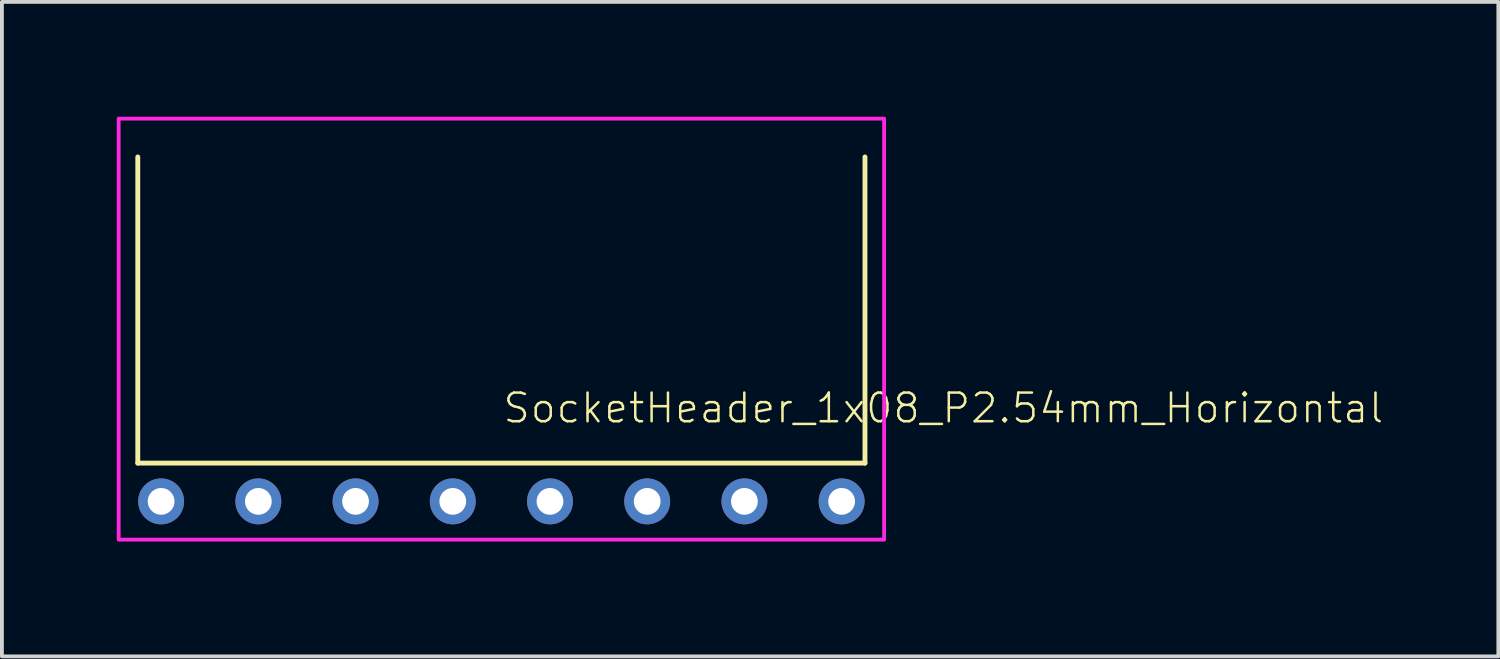
<source format=kicad_pcb>
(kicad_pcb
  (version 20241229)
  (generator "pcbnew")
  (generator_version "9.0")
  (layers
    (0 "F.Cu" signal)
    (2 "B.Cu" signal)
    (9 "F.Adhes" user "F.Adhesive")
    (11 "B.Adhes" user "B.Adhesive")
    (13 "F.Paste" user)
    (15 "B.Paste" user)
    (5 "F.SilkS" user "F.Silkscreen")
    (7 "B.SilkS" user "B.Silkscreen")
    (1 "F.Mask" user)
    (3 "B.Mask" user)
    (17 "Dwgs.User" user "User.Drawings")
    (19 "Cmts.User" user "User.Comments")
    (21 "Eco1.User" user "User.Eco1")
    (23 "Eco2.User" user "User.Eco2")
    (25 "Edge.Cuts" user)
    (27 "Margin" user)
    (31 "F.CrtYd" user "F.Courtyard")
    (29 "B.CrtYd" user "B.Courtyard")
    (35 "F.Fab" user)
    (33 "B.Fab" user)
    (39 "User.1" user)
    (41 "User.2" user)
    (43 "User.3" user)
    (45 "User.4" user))
  (footprint "SocketHeader_1x08_P2.54mm_Horizontal"
    (layer "F.Cu")
    (at 10.05 10.05)
    (property "Reference" "SocketHeader_1x08_P2.54mm_Horizontal" (at 0 -2 0) (layer "F.SilkS") (effects (font (size 0.748 0.748) (thickness 0.065)) (justify left bottom)))
    (attr through_hole)
    (fp_circle (center -8.89 0) (end -8.59 0) (stroke (width 0.01) (type solid)) (fill yes) (layer "B.Mask"))
    (fp_circle (center -6.35 0) (end -6.05 0) (stroke (width 0.01) (type solid)) (fill yes) (layer "B.Mask"))
    (fp_circle (center -3.81 0) (end -3.51 0) (stroke (width 0.01) (type solid)) (fill yes) (layer "B.Mask"))
    (fp_circle (center -1.27 0) (end -0.97 0) (stroke (width 0.01) (type solid)) (fill yes) (layer "B.Mask"))
    (fp_circle (center 1.27 0) (end 1.57 0) (stroke (width 0.01) (type solid)) (fill yes) (layer "B.Mask"))
    (fp_circle (center 3.81 0) (end 4.11 0) (stroke (width 0.01) (type solid)) (fill yes) (layer "B.Mask"))
    (fp_circle (center 6.35 0) (end 6.65 0) (stroke (width 0.01) (type solid)) (fill yes) (layer "B.Mask"))
    (fp_circle (center 8.89 0) (end 9.19 0) (stroke (width 0.01) (type solid)) (fill yes) (layer "B.Mask"))
    (fp_line (start -9.5 -1) (end -9.5 -9) (stroke (width 0.127) (type solid)) (layer "F.SilkS"))
    (fp_line (start 9.5 -9) (end 9.5 -1) (stroke (width 0.127) (type solid)) (layer "F.SilkS"))
    (fp_line (start 9.5 -1) (end -9.5 -1) (stroke (width 0.127) (type solid)) (layer "F.SilkS"))
    (fp_rect (start -10 -10) (end 10 1) (stroke (width 0.1) (type default)) (fill no) (layer "F.CrtYd"))
    (pad "" smd roundrect (at -8.89 0) (size 1.8 1.8) (layers "F.Paste") (roundrect_rratio 0.2))
    (pad "" smd roundrect (at -6.35 0) (size 1.8 1.8) (layers "F.Paste") (roundrect_rratio 0.2))
    (pad "" smd roundrect (at -3.81 0) (size 1.8 1.8) (layers "F.Paste") (roundrect_rratio 0.2))
    (pad "" smd roundrect (at -1.27 0) (size 1.8 1.8) (layers "F.Paste") (roundrect_rratio 0.2))
    (pad "" smd roundrect (at 1.27 0) (size 1.8 1.8) (layers "F.Paste") (roundrect_rratio 0.2))
    (pad "" smd roundrect (at 3.81 0) (size 1.8 1.8) (layers "F.Paste") (roundrect_rratio 0.2))
    (pad "" smd roundrect (at 6.35 0) (size 1.8 1.8) (layers "F.Paste") (roundrect_rratio 0.2))
    (pad "" smd roundrect (at 8.89 0) (size 1.8 1.8) (layers "F.Paste") (roundrect_rratio 0.2))
    (pad "1" thru_hole circle (at -8.89 0) (size 1.2 1.2) (drill 0.7) (layers "*.Cu" "F.Mask") (remove_unused_layers yes) (keep_end_layers yes) (zone_layer_connections))
    (pad "2" thru_hole circle (at -6.35 0) (size 1.2 1.2) (drill 0.7) (layers "*.Cu" "F.Mask") (remove_unused_layers yes) (keep_end_layers yes) (zone_layer_connections))
    (pad "3" thru_hole circle (at -3.81 0) (size 1.2 1.2) (drill 0.7) (layers "*.Cu" "F.Mask") (remove_unused_layers yes) (keep_end_layers yes) (zone_layer_connections))
    (pad "4" thru_hole circle (at -1.27 0) (size 1.2 1.2) (drill 0.7) (layers "*.Cu" "F.Mask") (remove_unused_layers yes) (keep_end_layers yes) (zone_layer_connections))
    (pad "5" thru_hole circle (at 1.27 0) (size 1.2 1.2) (drill 0.7) (layers "*.Cu" "F.Mask") (remove_unused_layers yes) (keep_end_layers yes) (zone_layer_connections))
    (pad "6" thru_hole circle (at 3.81 0) (size 1.2 1.2) (drill 0.7) (layers "*.Cu" "F.Mask") (remove_unused_layers yes) (keep_end_layers yes) (zone_layer_connections))
    (pad "7" thru_hole circle (at 6.35 0) (size 1.2 1.2) (drill 0.7) (layers "*.Cu" "F.Mask") (remove_unused_layers yes) (keep_end_layers yes) (zone_layer_connections))
    (pad "8" thru_hole circle (at 8.89 0) (size 1.2 1.2) (drill 0.7) (layers "*.Cu" "F.Mask") (remove_unused_layers yes) (keep_end_layers yes) (zone_layer_connections)))
  (gr_rect
    (start -3 -3)
    (end 36.099 14.1)
    (stroke (width 0.1) (type default))
    (fill no)
    (layer "Edge.Cuts")))
</source>
